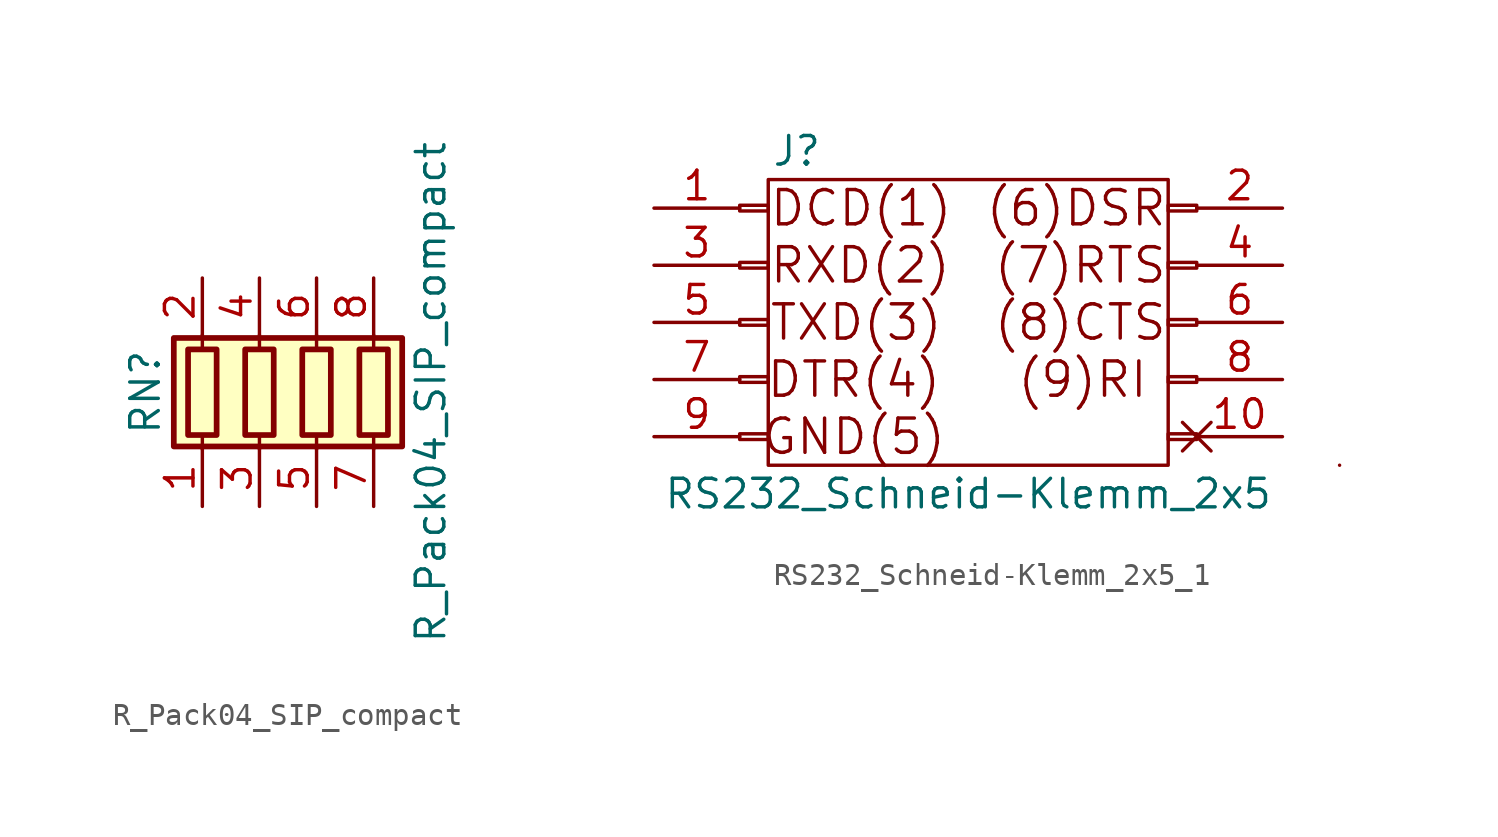
<source format=kicad_sym>
(kicad_symbol_lib
  (version 20220914)
  (generator kicad_symbol_editor)
  (symbol "R_Pack04_SIP_compact"
    (pin_names
      (offset 0) hide)
    (property "Reference" "RN"
      (at -7.62 0 90)
      (effects (font (size 1.27 1.27))))
    (property "Value" "R_Pack04_SIP_compact"
      (at 5.08 0 90)
      (effects (font (size 1.27 1.27))))
    (symbol "R_Pack04_SIP_compact_0_1"
      (rectangle (start -6.35 -2.413) (end 3.81 2.413) (stroke (width 0.254) (type solid)) (fill (type background)))
      (rectangle (start -5.715 1.905) (end -4.445 -1.905) (stroke (width 0.254) (type solid)) (fill (type none)))
      (rectangle (start -3.175 1.905) (end -1.905 -1.905) (stroke (width 0.254) (type solid)) (fill (type none)))
      (rectangle (start -0.635 1.905) (end 0.635 -1.905) (stroke (width 0.254) (type solid)) (fill (type none)))
      (polyline (pts (xy -5.08 -2.54) (xy -5.08 -1.905)) (stroke (width 0) (type solid)) (fill (type none)))
      (polyline (pts (xy -5.08 1.905) (xy -5.08 2.54)) (stroke (width 0) (type solid)) (fill (type none)))
      (polyline (pts (xy -2.54 -2.54) (xy -2.54 -1.905)) (stroke (width 0) (type solid)) (fill (type none)))
      (polyline (pts (xy -2.54 1.905) (xy -2.54 2.54)) (stroke (width 0) (type solid)) (fill (type none)))
      (polyline (pts (xy 0 -2.54) (xy 0 -1.905)) (stroke (width 0) (type solid)) (fill (type none)))
      (polyline (pts (xy 0 1.905) (xy 0 2.54)) (stroke (width 0) (type solid)) (fill (type none)))
      (polyline (pts (xy 2.54 -2.54) (xy 2.54 -1.905)) (stroke (width 0) (type solid)) (fill (type none)))
      (polyline (pts (xy 2.54 1.905) (xy 2.54 2.54)) (stroke (width 0) (type solid)) (fill (type none)))
      (rectangle (start 1.905 1.905) (end 3.175 -1.905) (stroke (width 0.254) (type solid)) (fill (type none))))
    (symbol "R_Pack04_SIP_compact_1_1"
      (pin passive line (at -5.08 -5.08 90) (length 2.54) (name "R1.1" (effects (font (size 1.27 1.27)))) (number "1" (effects (font (size 1.27 1.27)))))
      (pin passive line (at -5.08 5.08 270) (length 2.54) (name "R1.2" (effects (font (size 1.27 1.27)))) (number "2" (effects (font (size 1.27 1.27)))))
      (pin passive line (at -2.54 -5.08 90) (length 2.54) (name "R2.1" (effects (font (size 1.27 1.27)))) (number "3" (effects (font (size 1.27 1.27)))))
      (pin passive line (at -2.54 5.08 270) (length 2.54) (name "R2.2" (effects (font (size 1.27 1.27)))) (number "4" (effects (font (size 1.27 1.27)))))
      (pin passive line (at 0 -5.08 90) (length 2.54) (name "R3.1" (effects (font (size 1.27 1.27)))) (number "5" (effects (font (size 1.27 1.27)))))
      (pin passive line (at 0 5.08 270) (length 2.54) (name "R3.2" (effects (font (size 1.27 1.27)))) (number "6" (effects (font (size 1.27 1.27)))))
      (pin passive line (at 2.54 -5.08 90) (length 2.54) (name "R4.1" (effects (font (size 1.27 1.27)))) (number "7" (effects (font (size 1.27 1.27)))))
      (pin passive line (at 2.54 5.08 270) (length 2.54) (name "R4.2" (effects (font (size 1.27 1.27)))) (number "8" (effects (font (size 1.27 1.27)))))))
  (symbol "RS232_Schneid-Klemm_2x5_1"
    (pin_names
      (offset 1.016) hide)
    (property "Reference" "J"
      (at -6.35 7.62 0)
      (effects (font (size 1.27 1.27))))
    (property "Value" "RS232_Schneid-Klemm_2x5"
      (at 1.27 -7.62 0)
      (effects (font (size 1.27 1.27))))
    (symbol "RS232_Schneid-Klemm_2x5_1_0_0"
      (rectangle (start -7.62 6.35) (end 10.16 -6.35) (stroke (width 0) (type solid)) (fill (type none)))
      (rectangle (start 17.78 -6.35) (end 17.78 -6.35) (stroke (width 0) (type solid)) (fill (type none)))
      (text "(6)DSR" (at 10.16 5.08 0) (effects (font (size 1.524 1.524)) (justify right)))
      (text "(7)RTS" (at 10.16 2.54 0) (effects (font (size 1.524 1.524)) (justify right)))
      (text "(8)CTS" (at 10.16 0 0) (effects (font (size 1.524 1.524)) (justify right)))
      (text "(9)RI" (at 6.35 -2.54 0) (effects (font (size 1.524 1.524))))
      (text "DCD(1)" (at -7.62 5.08 0) (effects (font (size 1.524 1.524)) (justify left)))
      (text "DTR(4)" (at -3.81 -2.54 0) (effects (font (size 1.524 1.524))))
      (text "GND(5)" (at -3.81 -5.08 0) (effects (font (size 1.524 1.524))))
      (text "RXD(2)" (at -7.62 2.54 0) (effects (font (size 1.524 1.524)) (justify left)))
      (text "TXD(3)" (at -7.62 0 0) (effects (font (size 1.524 1.524)) (justify left))))
    (symbol "RS232_Schneid-Klemm_2x5_1_1_1"
      (rectangle (start -8.89 -4.953) (end -7.62 -5.207) (stroke (width 0.152) (type solid)) (fill (type none)))
      (rectangle (start -8.89 -2.413) (end -7.62 -2.667) (stroke (width 0.152) (type solid)) (fill (type none)))
      (rectangle (start -8.89 0.127) (end -7.62 -0.127) (stroke (width 0.152) (type solid)) (fill (type none)))
      (rectangle (start -8.89 2.667) (end -7.62 2.413) (stroke (width 0.152) (type solid)) (fill (type none)))
      (rectangle (start -8.89 5.207) (end -7.62 4.953) (stroke (width 0.152) (type solid)) (fill (type none)))
      (rectangle (start 11.43 -4.953) (end 10.16 -5.207) (stroke (width 0.152) (type solid)) (fill (type none)))
      (rectangle (start 11.43 -2.413) (end 10.16 -2.667) (stroke (width 0.152) (type solid)) (fill (type none)))
      (rectangle (start 11.43 0.127) (end 10.16 -0.127) (stroke (width 0.152) (type solid)) (fill (type none)))
      (rectangle (start 11.43 2.667) (end 10.16 2.413) (stroke (width 0.152) (type solid)) (fill (type none)))
      (rectangle (start 11.43 5.207) (end 10.16 4.953) (stroke (width 0.152) (type solid)) (fill (type none)))
      (pin passive line (at -12.7 5.08 0) (length 3.81) (name "DCD" (effects (font (size 1.27 1.27)))) (number "1" (effects (font (size 1.27 1.27)))))
      (pin passive non_logic (at 15.24 -5.08 180) (length 3.81) (name "Pin_10" (effects (font (size 1.27 1.27)))) (number "10" (effects (font (size 1.27 1.27)))))
      (pin passive line (at 15.24 5.08 180) (length 3.81) (name "DSR" (effects (font (size 1.27 1.27)))) (number "2" (effects (font (size 1.27 1.27)))))
      (pin output line (at -12.7 2.54 0) (length 3.81) (name "RXD" (effects (font (size 1.27 1.27)))) (number "3" (effects (font (size 1.27 1.27)))))
      (pin passive line (at 15.24 2.54 180) (length 3.81) (name "RTS" (effects (font (size 1.27 1.27)))) (number "4" (effects (font (size 1.27 1.27)))))
      (pin input line (at -12.7 0 0) (length 3.81) (name "TXD" (effects (font (size 1.27 1.27)))) (number "5" (effects (font (size 1.27 1.27)))))
      (pin passive line (at 15.24 0 180) (length 3.81) (name "CTS" (effects (font (size 1.27 1.27)))) (number "6" (effects (font (size 1.27 1.27)))))
      (pin passive line (at -12.7 -2.54 0) (length 3.81) (name "DTR" (effects (font (size 1.27 1.27)))) (number "7" (effects (font (size 1.27 1.27)))))
      (pin passive line (at 15.24 -2.54 180) (length 3.81) (name "RI" (effects (font (size 1.27 1.27)))) (number "8" (effects (font (size 1.27 1.27)))))
      (pin power_in line (at -12.7 -5.08 0) (length 3.81) (name "GND" (effects (font (size 1.27 1.27)))) (number "9" (effects (font (size 1.27 1.27))))))))
</source>
